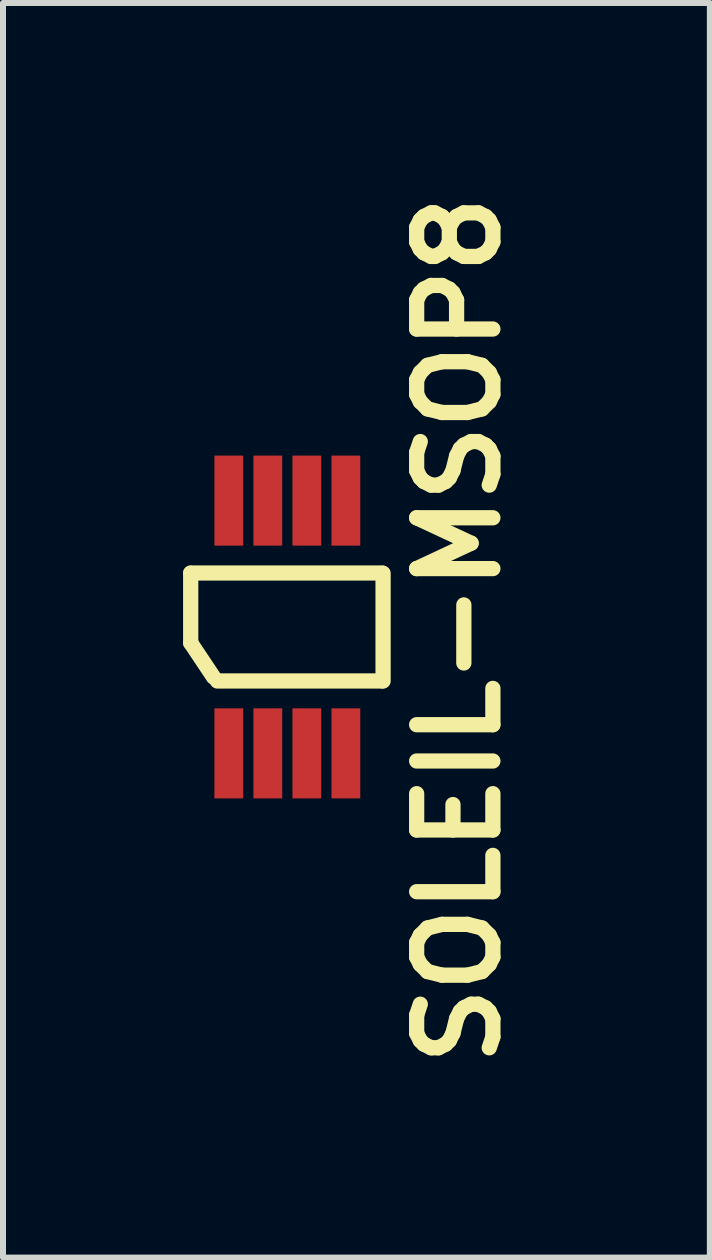
<source format=kicad_pcb>
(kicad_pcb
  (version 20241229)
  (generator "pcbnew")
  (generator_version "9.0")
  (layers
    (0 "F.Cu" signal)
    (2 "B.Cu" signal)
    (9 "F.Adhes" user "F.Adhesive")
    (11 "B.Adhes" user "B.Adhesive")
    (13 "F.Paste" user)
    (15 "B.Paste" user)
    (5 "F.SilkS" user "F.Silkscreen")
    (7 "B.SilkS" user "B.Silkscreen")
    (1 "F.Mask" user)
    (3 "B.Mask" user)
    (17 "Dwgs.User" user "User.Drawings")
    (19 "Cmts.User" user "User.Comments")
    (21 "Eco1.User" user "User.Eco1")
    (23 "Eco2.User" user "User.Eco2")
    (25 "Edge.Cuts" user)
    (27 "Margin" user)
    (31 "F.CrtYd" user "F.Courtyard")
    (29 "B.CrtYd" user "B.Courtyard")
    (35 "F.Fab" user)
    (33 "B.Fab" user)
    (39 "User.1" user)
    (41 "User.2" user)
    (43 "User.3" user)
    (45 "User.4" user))
  (footprint "SOLEIL-MSOP8"
    (layer "F.Cu")
    (at 0.762 9.501)
    (property "Reference" "SOLEIL-MSOP8" (at 3.825 -2.05 90) (layer "F.SilkS") (effects (font (size 1.27 1.27) (thickness 0.254))))
    (attr smd)
    (fp_line (start -0.635 -3.005) (end 2.55 -3.005) (stroke (width 0.254) (type solid)) (layer "F.SilkS"))
    (fp_line (start -0.635 -3) (end -0.635 -1.841) (stroke (width 0.254) (type solid)) (layer "F.SilkS"))
    (fp_line (start -0.635 -1.841) (end -0.254 -1.27) (stroke (width 0.254) (type solid)) (layer "F.SilkS"))
    (fp_line (start 2.55 -1.206) (end -0.191 -1.206) (stroke (width 0.254) (type solid)) (layer "F.SilkS"))
    (fp_line (start 2.57 -3) (end 2.57 -1.206) (stroke (width 0.254) (type solid)) (layer "F.SilkS"))
    (pad "1" smd rect (at 0 0) (size 0.48 1.5) (layers "F.Cu" "F.Mask" "F.Paste"))
    (pad "2" smd rect (at 0.65 0) (size 0.48 1.5) (layers "F.Cu" "F.Mask" "F.Paste"))
    (pad "3" smd rect (at 1.3 0) (size 0.48 1.5) (layers "F.Cu" "F.Mask" "F.Paste"))
    (pad "4" smd rect (at 1.95 0) (size 0.48 1.5) (layers "F.Cu" "F.Mask" "F.Paste"))
    (pad "5" smd rect (at 1.95 -4.211) (size 0.48 1.5) (layers "F.Cu" "F.Mask" "F.Paste"))
    (pad "6" smd rect (at 1.3 -4.211) (size 0.48 1.5) (layers "F.Cu" "F.Mask" "F.Paste"))
    (pad "7" smd rect (at 0.65 -4.211) (size 0.48 1.5) (layers "F.Cu" "F.Mask" "F.Paste"))
    (pad "8" smd rect (at 0 -4.211) (size 0.48 1.5) (layers "F.Cu" "F.Mask" "F.Paste")))
  (gr_rect
    (start -3 -3)
    (end 8.776 17.901)
    (stroke (width 0.1) (type default))
    (fill no)
    (layer "Edge.Cuts")))
</source>
